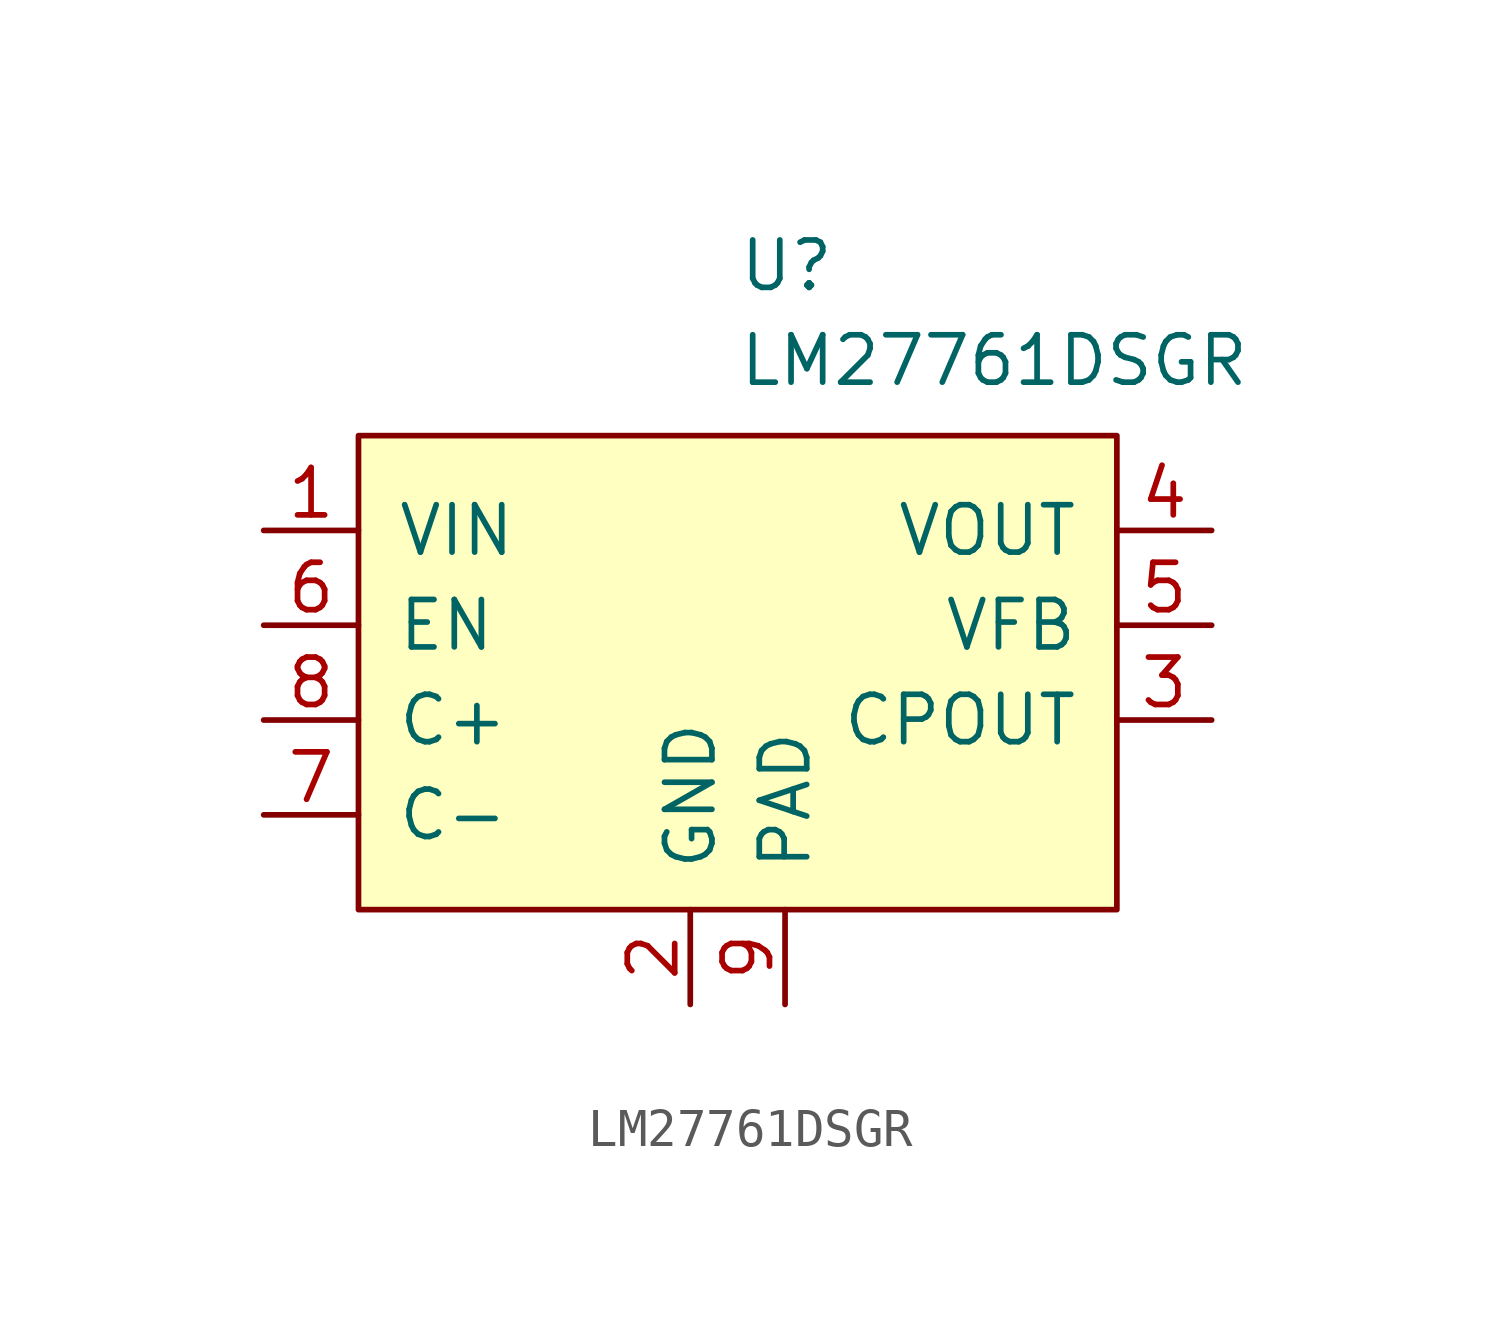
<source format=kicad_sym>
(kicad_symbol_lib
  (version 20220914)
  (generator kicad_symbol_editor)
  (symbol "LM27761DSGR"
    (pin_names
      (offset 1.016))
    (property "Reference" "U"
      (at 0 6.35 0)
      (effects (font (size 1.27 1.27)) (justify left bottom)))
    (property "Value" "LM27761DSGR"
      (at 0 3.81 0)
      (effects (font (size 1.27 1.27)) (justify left bottom)))
    (symbol "LM27761DSGR_0_1"
      (rectangle (start -10.16 2.54) (end 10.16 -10.16) (stroke (width 0) (type solid)) (fill (type background))))
    (symbol "LM27761DSGR_1_1"
      (pin power_in line (at -12.7 0 0) (length 2.54) (name "VIN" (effects (font (size 1.27 1.27)))) (number "1" (effects (font (size 1.27 1.27)))))
      (pin power_in line (at -1.27 -12.7 90) (length 2.54) (name "GND" (effects (font (size 1.27 1.27)))) (number "2" (effects (font (size 1.27 1.27)))))
      (pin passive line (at 12.7 -5.08 180) (length 2.54) (name "CPOUT" (effects (font (size 1.27 1.27)))) (number "3" (effects (font (size 1.27 1.27)))))
      (pin power_out line (at 12.7 0 180) (length 2.54) (name "VOUT" (effects (font (size 1.27 1.27)))) (number "4" (effects (font (size 1.27 1.27)))))
      (pin input line (at 12.7 -2.54 180) (length 2.54) (name "VFB" (effects (font (size 1.27 1.27)))) (number "5" (effects (font (size 1.27 1.27)))))
      (pin input line (at -12.7 -2.54 0) (length 2.54) (name "EN" (effects (font (size 1.27 1.27)))) (number "6" (effects (font (size 1.27 1.27)))))
      (pin passive line (at -12.7 -7.62 0) (length 2.54) (name "C-" (effects (font (size 1.27 1.27)))) (number "7" (effects (font (size 1.27 1.27)))))
      (pin passive line (at -12.7 -5.08 0) (length 2.54) (name "C+" (effects (font (size 1.27 1.27)))) (number "8" (effects (font (size 1.27 1.27)))))
      (pin power_in line (at 1.27 -12.7 90) (length 2.54) (name "PAD" (effects (font (size 1.27 1.27)))) (number "9" (effects (font (size 1.27 1.27))))))))
</source>
